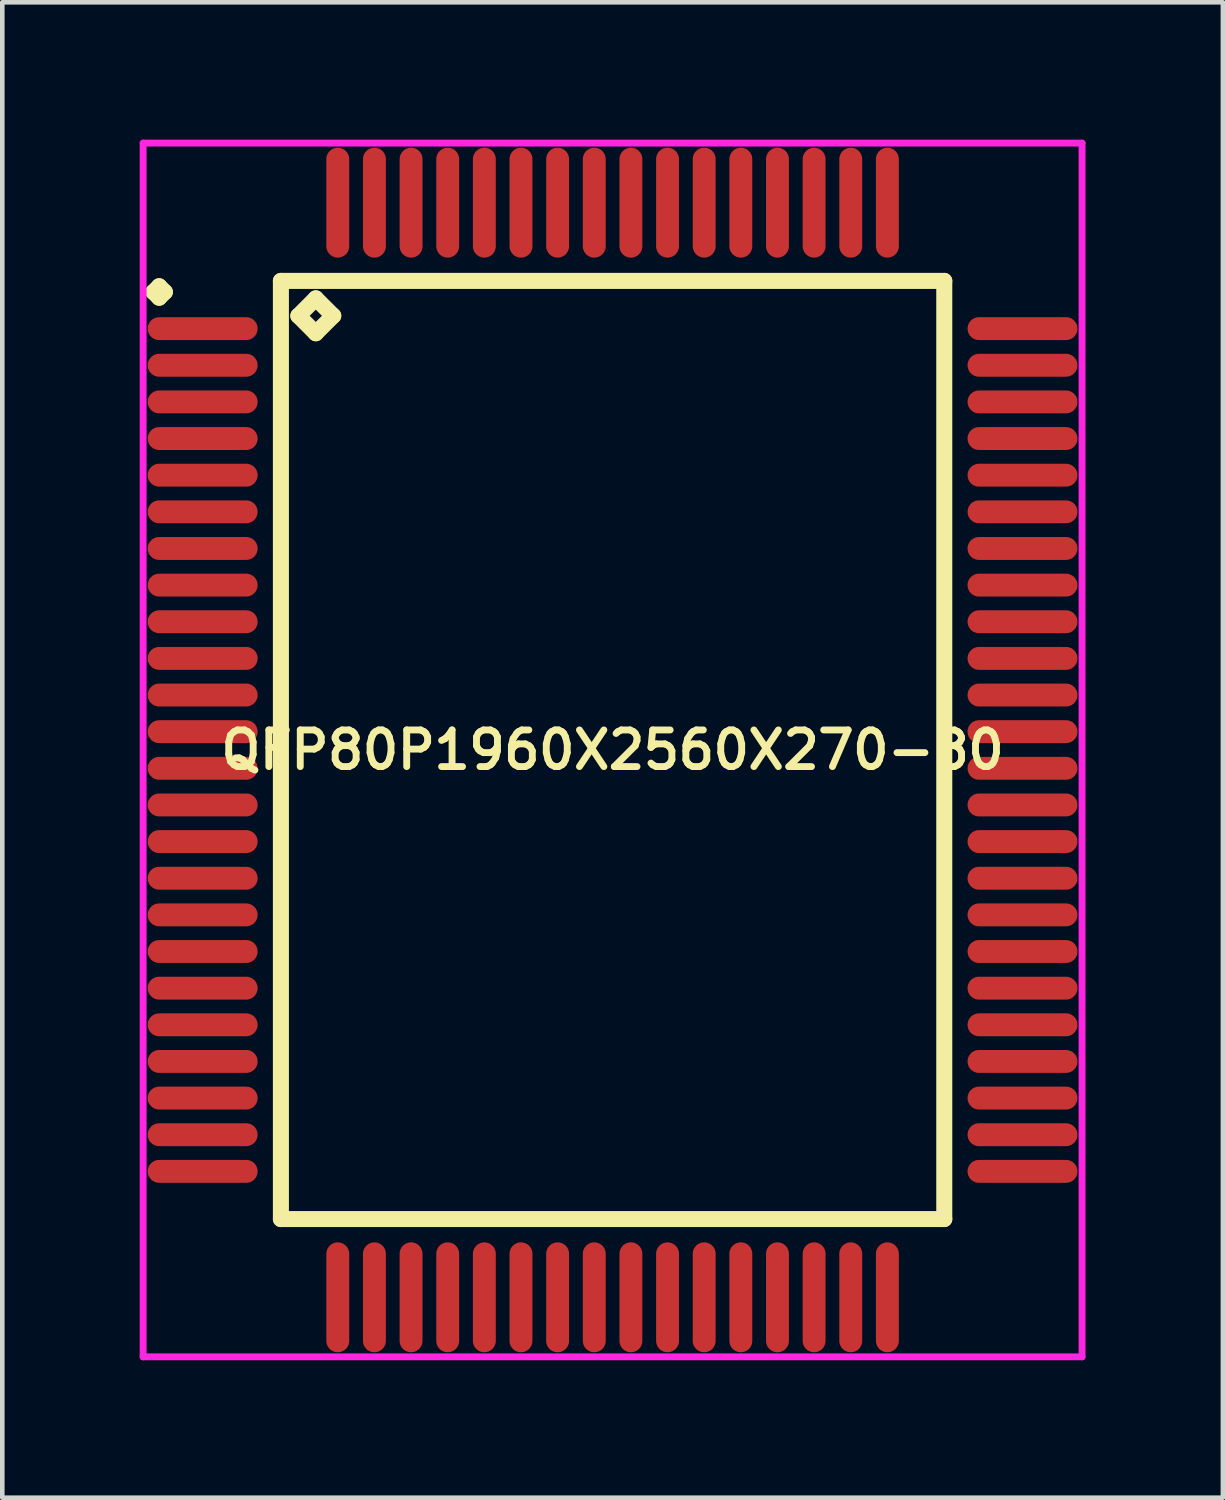
<source format=kicad_pcb>
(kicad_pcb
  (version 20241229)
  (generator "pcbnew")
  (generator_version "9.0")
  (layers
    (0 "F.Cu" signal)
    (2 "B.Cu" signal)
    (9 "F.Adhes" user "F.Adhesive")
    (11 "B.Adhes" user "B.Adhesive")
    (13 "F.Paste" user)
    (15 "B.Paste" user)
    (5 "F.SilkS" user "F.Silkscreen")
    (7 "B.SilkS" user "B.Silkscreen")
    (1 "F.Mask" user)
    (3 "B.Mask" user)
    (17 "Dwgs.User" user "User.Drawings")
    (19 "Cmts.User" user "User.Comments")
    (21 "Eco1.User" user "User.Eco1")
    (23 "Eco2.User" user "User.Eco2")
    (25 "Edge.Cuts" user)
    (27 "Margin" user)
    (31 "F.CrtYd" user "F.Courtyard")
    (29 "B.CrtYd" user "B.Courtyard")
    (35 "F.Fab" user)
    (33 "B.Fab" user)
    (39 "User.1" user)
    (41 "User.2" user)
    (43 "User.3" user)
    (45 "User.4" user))
  (footprint "QFP80P1960X2560X270-80"
    (layer "F.Cu")
    (at 10.325 13.325)
    (property "Reference" "QFP80P1960X2560X270-80" (at 0 0 0) (layer "F.SilkS") (effects (font (size 0.8 0.8) (thickness 0.15))))
    (attr smd)
    (fp_line (start -10.025 -10) (end -9.9 -10.125) (stroke (width 0.35) (type solid)) (layer "F.SilkS"))
    (fp_line (start -9.9 -10.125) (end -9.775 -10) (stroke (width 0.35) (type solid)) (layer "F.SilkS"))
    (fp_line (start -9.9 -9.875) (end -10.025 -10) (stroke (width 0.35) (type solid)) (layer "F.SilkS"))
    (fp_line (start -9.775 -10) (end -9.9 -9.875) (stroke (width 0.35) (type solid)) (layer "F.SilkS"))
    (fp_line (start -7.242 -10.242) (end -7.242 10.242) (stroke (width 0.35) (type solid)) (layer "F.SilkS"))
    (fp_line (start -7.242 10.242) (end 7.242 10.242) (stroke (width 0.35) (type solid)) (layer "F.SilkS"))
    (fp_line (start -6.861 -9.48) (end -6.48 -9.861) (stroke (width 0.35) (type solid)) (layer "F.SilkS"))
    (fp_line (start -6.48 -9.861) (end -6.099 -9.48) (stroke (width 0.35) (type solid)) (layer "F.SilkS"))
    (fp_line (start -6.48 -9.099) (end -6.861 -9.48) (stroke (width 0.35) (type solid)) (layer "F.SilkS"))
    (fp_line (start -6.099 -9.48) (end -6.48 -9.099) (stroke (width 0.35) (type solid)) (layer "F.SilkS"))
    (fp_line (start 7.242 -10.242) (end -7.242 -10.242) (stroke (width 0.35) (type solid)) (layer "F.SilkS"))
    (fp_line (start 7.242 10.242) (end 7.242 -10.242) (stroke (width 0.35) (type solid)) (layer "F.SilkS"))
    (fp_line (start -10.25 -13.25) (end 10.25 -13.25) (stroke (width 0.15) (type solid)) (layer "F.CrtYd"))
    (fp_line (start -10.25 13.25) (end -10.25 -13.25) (stroke (width 0.15) (type solid)) (layer "F.CrtYd"))
    (fp_line (start 10.25 -13.25) (end 10.25 13.25) (stroke (width 0.15) (type solid)) (layer "F.CrtYd"))
    (fp_line (start 10.25 13.25) (end -10.25 13.25) (stroke (width 0.15) (type solid)) (layer "F.CrtYd"))
    (pad "1" smd oval (at -8.95 -9.2) (size 2.4 0.5) (layers "F.Cu" "F.Mask" "F.Paste"))
    (pad "2" smd oval (at -8.95 -8.4) (size 2.4 0.5) (layers "F.Cu" "F.Mask" "F.Paste"))
    (pad "3" smd oval (at -8.95 -7.6) (size 2.4 0.5) (layers "F.Cu" "F.Mask" "F.Paste"))
    (pad "4" smd oval (at -8.95 -6.8) (size 2.4 0.5) (layers "F.Cu" "F.Mask" "F.Paste"))
    (pad "5" smd oval (at -8.95 -6) (size 2.4 0.5) (layers "F.Cu" "F.Mask" "F.Paste"))
    (pad "6" smd oval (at -8.95 -5.2) (size 2.4 0.5) (layers "F.Cu" "F.Mask" "F.Paste"))
    (pad "7" smd oval (at -8.95 -4.4) (size 2.4 0.5) (layers "F.Cu" "F.Mask" "F.Paste"))
    (pad "8" smd oval (at -8.95 -3.6) (size 2.4 0.5) (layers "F.Cu" "F.Mask" "F.Paste"))
    (pad "9" smd oval (at -8.95 -2.8) (size 2.4 0.5) (layers "F.Cu" "F.Mask" "F.Paste"))
    (pad "10" smd oval (at -8.95 -2) (size 2.4 0.5) (layers "F.Cu" "F.Mask" "F.Paste"))
    (pad "11" smd oval (at -8.95 -1.2) (size 2.4 0.5) (layers "F.Cu" "F.Mask" "F.Paste"))
    (pad "12" smd oval (at -8.95 -0.4) (size 2.4 0.5) (layers "F.Cu" "F.Mask" "F.Paste"))
    (pad "13" smd oval (at -8.95 0.4) (size 2.4 0.5) (layers "F.Cu" "F.Mask" "F.Paste"))
    (pad "14" smd oval (at -8.95 1.2) (size 2.4 0.5) (layers "F.Cu" "F.Mask" "F.Paste"))
    (pad "15" smd oval (at -8.95 2) (size 2.4 0.5) (layers "F.Cu" "F.Mask" "F.Paste"))
    (pad "16" smd oval (at -8.95 2.8) (size 2.4 0.5) (layers "F.Cu" "F.Mask" "F.Paste"))
    (pad "17" smd oval (at -8.95 3.6) (size 2.4 0.5) (layers "F.Cu" "F.Mask" "F.Paste"))
    (pad "18" smd oval (at -8.95 4.4) (size 2.4 0.5) (layers "F.Cu" "F.Mask" "F.Paste"))
    (pad "19" smd oval (at -8.95 5.2) (size 2.4 0.5) (layers "F.Cu" "F.Mask" "F.Paste"))
    (pad "20" smd oval (at -8.95 6) (size 2.4 0.5) (layers "F.Cu" "F.Mask" "F.Paste"))
    (pad "21" smd oval (at -8.95 6.8) (size 2.4 0.5) (layers "F.Cu" "F.Mask" "F.Paste"))
    (pad "22" smd oval (at -8.95 7.6) (size 2.4 0.5) (layers "F.Cu" "F.Mask" "F.Paste"))
    (pad "23" smd oval (at -8.95 8.4) (size 2.4 0.5) (layers "F.Cu" "F.Mask" "F.Paste"))
    (pad "24" smd oval (at -8.95 9.2) (size 2.4 0.5) (layers "F.Cu" "F.Mask" "F.Paste"))
    (pad "25" smd oval (at -6 11.95) (size 0.5 2.4) (layers "F.Cu" "F.Mask" "F.Paste"))
    (pad "26" smd oval (at -5.2 11.95) (size 0.5 2.4) (layers "F.Cu" "F.Mask" "F.Paste"))
    (pad "27" smd oval (at -4.4 11.95) (size 0.5 2.4) (layers "F.Cu" "F.Mask" "F.Paste"))
    (pad "28" smd oval (at -3.6 11.95) (size 0.5 2.4) (layers "F.Cu" "F.Mask" "F.Paste"))
    (pad "29" smd oval (at -2.8 11.95) (size 0.5 2.4) (layers "F.Cu" "F.Mask" "F.Paste"))
    (pad "30" smd oval (at -2 11.95) (size 0.5 2.4) (layers "F.Cu" "F.Mask" "F.Paste"))
    (pad "31" smd oval (at -1.2 11.95) (size 0.5 2.4) (layers "F.Cu" "F.Mask" "F.Paste"))
    (pad "32" smd oval (at -0.4 11.95) (size 0.5 2.4) (layers "F.Cu" "F.Mask" "F.Paste"))
    (pad "33" smd oval (at 0.4 11.95) (size 0.5 2.4) (layers "F.Cu" "F.Mask" "F.Paste"))
    (pad "34" smd oval (at 1.2 11.95) (size 0.5 2.4) (layers "F.Cu" "F.Mask" "F.Paste"))
    (pad "35" smd oval (at 2 11.95) (size 0.5 2.4) (layers "F.Cu" "F.Mask" "F.Paste"))
    (pad "36" smd oval (at 2.8 11.95) (size 0.5 2.4) (layers "F.Cu" "F.Mask" "F.Paste"))
    (pad "37" smd oval (at 3.6 11.95) (size 0.5 2.4) (layers "F.Cu" "F.Mask" "F.Paste"))
    (pad "38" smd oval (at 4.4 11.95) (size 0.5 2.4) (layers "F.Cu" "F.Mask" "F.Paste"))
    (pad "39" smd oval (at 5.2 11.95) (size 0.5 2.4) (layers "F.Cu" "F.Mask" "F.Paste"))
    (pad "40" smd oval (at 6 11.95) (size 0.5 2.4) (layers "F.Cu" "F.Mask" "F.Paste"))
    (pad "41" smd oval (at 8.95 9.2) (size 2.4 0.5) (layers "F.Cu" "F.Mask" "F.Paste"))
    (pad "42" smd oval (at 8.95 8.4) (size 2.4 0.5) (layers "F.Cu" "F.Mask" "F.Paste"))
    (pad "43" smd oval (at 8.95 7.6) (size 2.4 0.5) (layers "F.Cu" "F.Mask" "F.Paste"))
    (pad "44" smd oval (at 8.95 6.8) (size 2.4 0.5) (layers "F.Cu" "F.Mask" "F.Paste"))
    (pad "45" smd oval (at 8.95 6) (size 2.4 0.5) (layers "F.Cu" "F.Mask" "F.Paste"))
    (pad "46" smd oval (at 8.95 5.2) (size 2.4 0.5) (layers "F.Cu" "F.Mask" "F.Paste"))
    (pad "47" smd oval (at 8.95 4.4) (size 2.4 0.5) (layers "F.Cu" "F.Mask" "F.Paste"))
    (pad "48" smd oval (at 8.95 3.6) (size 2.4 0.5) (layers "F.Cu" "F.Mask" "F.Paste"))
    (pad "49" smd oval (at 8.95 2.8) (size 2.4 0.5) (layers "F.Cu" "F.Mask" "F.Paste"))
    (pad "50" smd oval (at 8.95 2) (size 2.4 0.5) (layers "F.Cu" "F.Mask" "F.Paste"))
    (pad "51" smd oval (at 8.95 1.2) (size 2.4 0.5) (layers "F.Cu" "F.Mask" "F.Paste"))
    (pad "52" smd oval (at 8.95 0.4) (size 2.4 0.5) (layers "F.Cu" "F.Mask" "F.Paste"))
    (pad "53" smd oval (at 8.95 -0.4) (size 2.4 0.5) (layers "F.Cu" "F.Mask" "F.Paste"))
    (pad "54" smd oval (at 8.95 -1.2) (size 2.4 0.5) (layers "F.Cu" "F.Mask" "F.Paste"))
    (pad "55" smd oval (at 8.95 -2) (size 2.4 0.5) (layers "F.Cu" "F.Mask" "F.Paste"))
    (pad "56" smd oval (at 8.95 -2.8) (size 2.4 0.5) (layers "F.Cu" "F.Mask" "F.Paste"))
    (pad "57" smd oval (at 8.95 -3.6) (size 2.4 0.5) (layers "F.Cu" "F.Mask" "F.Paste"))
    (pad "58" smd oval (at 8.95 -4.4) (size 2.4 0.5) (layers "F.Cu" "F.Mask" "F.Paste"))
    (pad "59" smd oval (at 8.95 -5.2) (size 2.4 0.5) (layers "F.Cu" "F.Mask" "F.Paste"))
    (pad "60" smd oval (at 8.95 -6) (size 2.4 0.5) (layers "F.Cu" "F.Mask" "F.Paste"))
    (pad "61" smd oval (at 8.95 -6.8) (size 2.4 0.5) (layers "F.Cu" "F.Mask" "F.Paste"))
    (pad "62" smd oval (at 8.95 -7.6) (size 2.4 0.5) (layers "F.Cu" "F.Mask" "F.Paste"))
    (pad "63" smd oval (at 8.95 -8.4) (size 2.4 0.5) (layers "F.Cu" "F.Mask" "F.Paste"))
    (pad "64" smd oval (at 8.95 -9.2) (size 2.4 0.5) (layers "F.Cu" "F.Mask" "F.Paste"))
    (pad "65" smd oval (at 6 -11.95) (size 0.5 2.4) (layers "F.Cu" "F.Mask" "F.Paste"))
    (pad "66" smd oval (at 5.2 -11.95) (size 0.5 2.4) (layers "F.Cu" "F.Mask" "F.Paste"))
    (pad "67" smd oval (at 4.4 -11.95) (size 0.5 2.4) (layers "F.Cu" "F.Mask" "F.Paste"))
    (pad "68" smd oval (at 3.6 -11.95) (size 0.5 2.4) (layers "F.Cu" "F.Mask" "F.Paste"))
    (pad "69" smd oval (at 2.8 -11.95) (size 0.5 2.4) (layers "F.Cu" "F.Mask" "F.Paste"))
    (pad "70" smd oval (at 2 -11.95) (size 0.5 2.4) (layers "F.Cu" "F.Mask" "F.Paste"))
    (pad "71" smd oval (at 1.2 -11.95) (size 0.5 2.4) (layers "F.Cu" "F.Mask" "F.Paste"))
    (pad "72" smd oval (at 0.4 -11.95) (size 0.5 2.4) (layers "F.Cu" "F.Mask" "F.Paste"))
    (pad "73" smd oval (at -0.4 -11.95) (size 0.5 2.4) (layers "F.Cu" "F.Mask" "F.Paste"))
    (pad "74" smd oval (at -1.2 -11.95) (size 0.5 2.4) (layers "F.Cu" "F.Mask" "F.Paste"))
    (pad "75" smd oval (at -2 -11.95) (size 0.5 2.4) (layers "F.Cu" "F.Mask" "F.Paste"))
    (pad "76" smd oval (at -2.8 -11.95) (size 0.5 2.4) (layers "F.Cu" "F.Mask" "F.Paste"))
    (pad "77" smd oval (at -3.6 -11.95) (size 0.5 2.4) (layers "F.Cu" "F.Mask" "F.Paste"))
    (pad "78" smd oval (at -4.4 -11.95) (size 0.5 2.4) (layers "F.Cu" "F.Mask" "F.Paste"))
    (pad "79" smd oval (at -5.2 -11.95) (size 0.5 2.4) (layers "F.Cu" "F.Mask" "F.Paste"))
    (pad "80" smd oval (at -6 -11.95) (size 0.5 2.4) (layers "F.Cu" "F.Mask" "F.Paste")))
  (gr_rect
    (start -3 -3)
    (end 23.65 29.65)
    (stroke (width 0.1) (type default))
    (fill no)
    (layer "Edge.Cuts")))
</source>
